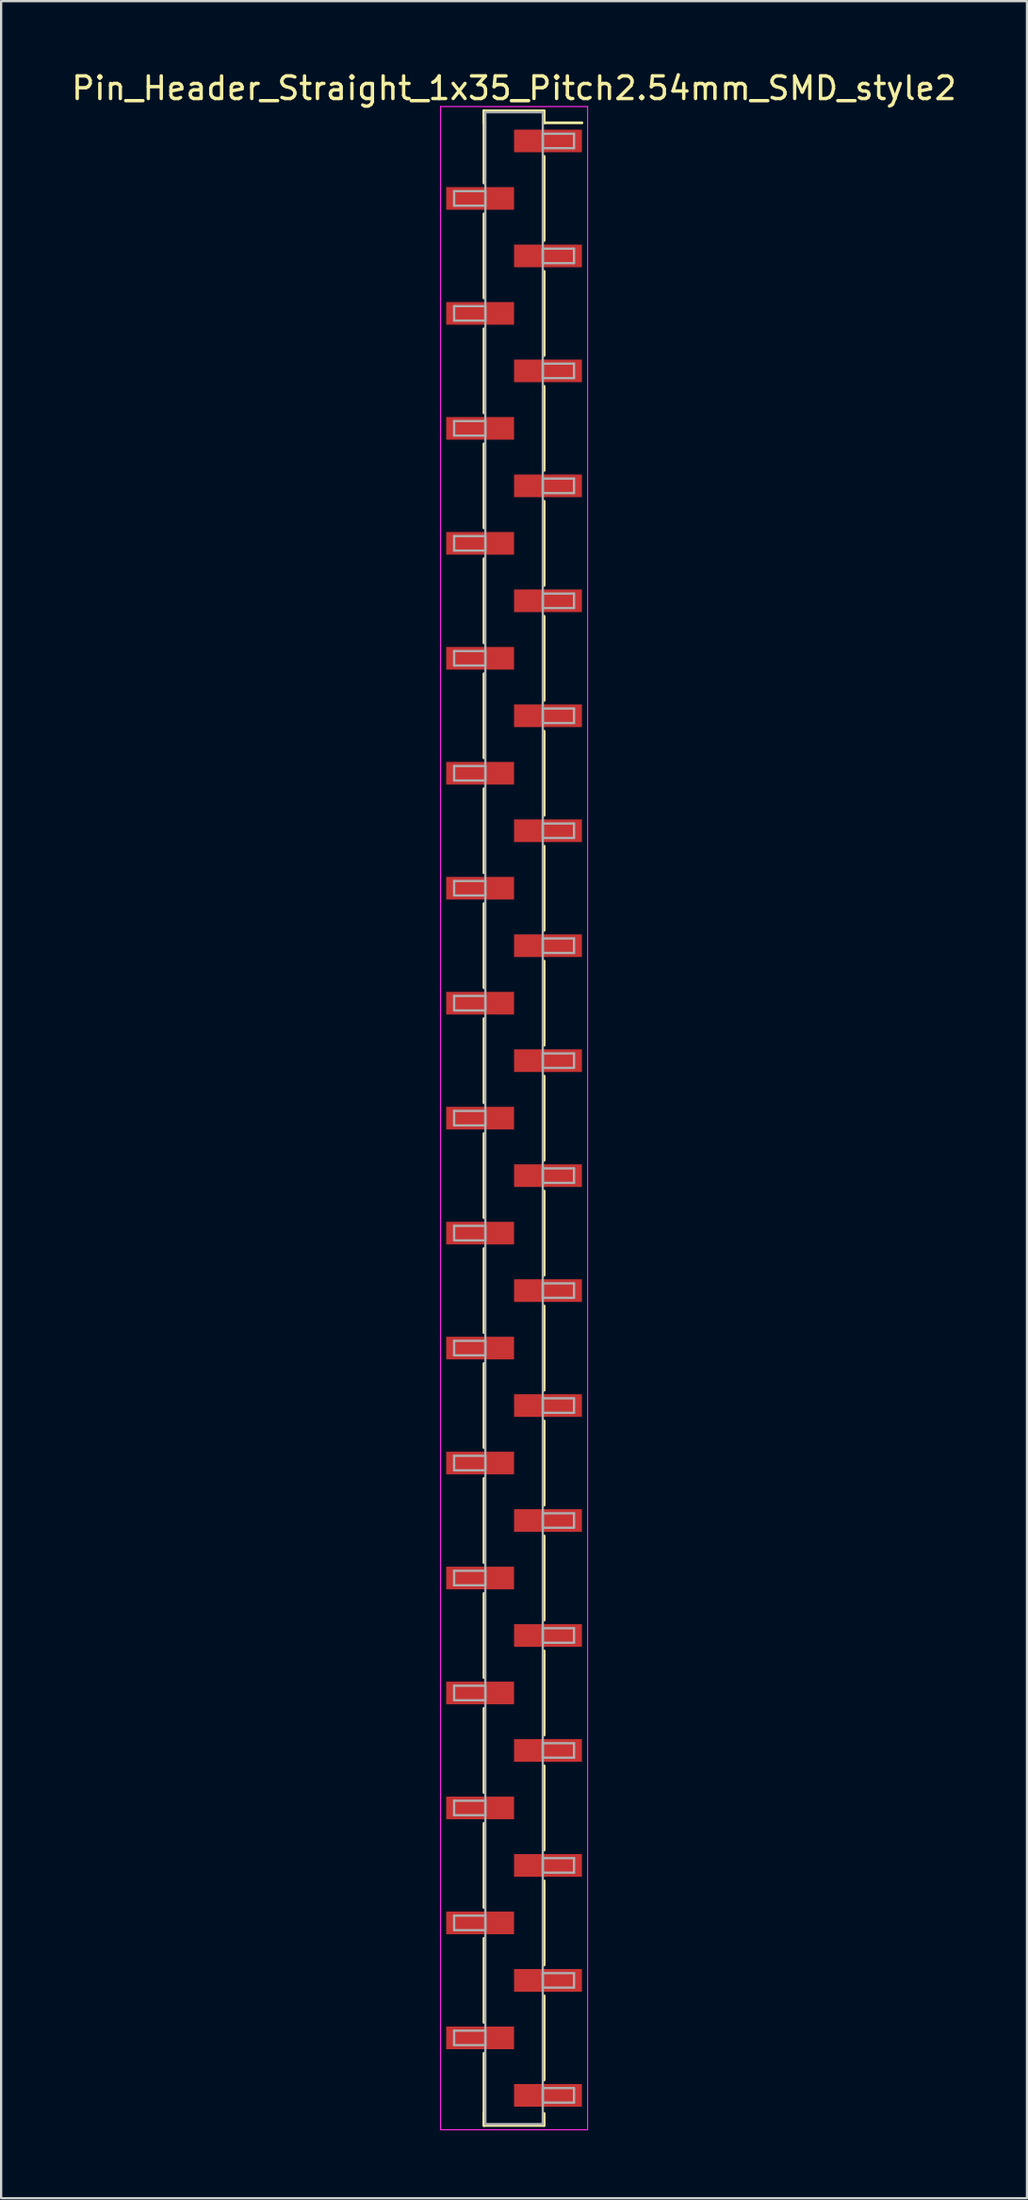
<source format=kicad_pcb>
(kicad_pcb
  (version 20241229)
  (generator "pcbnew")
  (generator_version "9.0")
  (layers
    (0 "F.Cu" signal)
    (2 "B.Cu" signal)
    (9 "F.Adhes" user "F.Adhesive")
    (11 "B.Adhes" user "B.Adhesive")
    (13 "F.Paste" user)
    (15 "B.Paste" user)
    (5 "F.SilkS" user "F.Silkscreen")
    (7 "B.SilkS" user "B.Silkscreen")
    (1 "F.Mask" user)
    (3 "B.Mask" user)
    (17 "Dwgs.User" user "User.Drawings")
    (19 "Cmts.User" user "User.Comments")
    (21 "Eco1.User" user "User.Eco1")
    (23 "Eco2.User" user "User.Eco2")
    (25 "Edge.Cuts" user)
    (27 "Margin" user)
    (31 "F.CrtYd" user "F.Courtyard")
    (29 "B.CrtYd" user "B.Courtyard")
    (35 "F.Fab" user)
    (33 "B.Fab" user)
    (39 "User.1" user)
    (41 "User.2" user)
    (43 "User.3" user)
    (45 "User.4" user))
  (footprint "Pin_Header_Straight_1x35_Pitch2.54mm_SMD_style2"
    (layer "F.Cu")
    (at 19.673 46.358)
    (property "Reference" "Pin_Header_Straight_1x35_Pitch2.54mm_SMD_style2" (at 0 -45.51 0) (layer "F.SilkS") (effects (font (size 1 1) (thickness 0.15))))
    (attr smd)
    (fp_line (start -1.33 -44.51) (end -1.33 -41.32) (stroke (width 0.12) (type solid)) (layer "F.SilkS"))
    (fp_line (start -1.33 -44.51) (end 1.33 -44.51) (stroke (width 0.12) (type solid)) (layer "F.SilkS"))
    (fp_line (start -1.33 -43.98) (end -1.33 -44.51) (stroke (width 0.12) (type solid)) (layer "F.SilkS"))
    (fp_line (start -1.33 -39.96) (end -1.33 -36.24) (stroke (width 0.12) (type solid)) (layer "F.SilkS"))
    (fp_line (start -1.33 -34.88) (end -1.33 -31.16) (stroke (width 0.12) (type solid)) (layer "F.SilkS"))
    (fp_line (start -1.33 -29.8) (end -1.33 -26.08) (stroke (width 0.12) (type solid)) (layer "F.SilkS"))
    (fp_line (start -1.33 -24.72) (end -1.33 -21) (stroke (width 0.12) (type solid)) (layer "F.SilkS"))
    (fp_line (start -1.33 -19.64) (end -1.33 -15.92) (stroke (width 0.12) (type solid)) (layer "F.SilkS"))
    (fp_line (start -1.33 -14.56) (end -1.33 -10.84) (stroke (width 0.12) (type solid)) (layer "F.SilkS"))
    (fp_line (start -1.33 -9.48) (end -1.33 -5.76) (stroke (width 0.12) (type solid)) (layer "F.SilkS"))
    (fp_line (start -1.33 -4.4) (end -1.33 -0.68) (stroke (width 0.12) (type solid)) (layer "F.SilkS"))
    (fp_line (start -1.33 0.68) (end -1.33 4.4) (stroke (width 0.12) (type solid)) (layer "F.SilkS"))
    (fp_line (start -1.33 5.76) (end -1.33 9.48) (stroke (width 0.12) (type solid)) (layer "F.SilkS"))
    (fp_line (start -1.33 10.84) (end -1.33 14.56) (stroke (width 0.12) (type solid)) (layer "F.SilkS"))
    (fp_line (start -1.33 15.92) (end -1.33 19.64) (stroke (width 0.12) (type solid)) (layer "F.SilkS"))
    (fp_line (start -1.33 21) (end -1.33 24.72) (stroke (width 0.12) (type solid)) (layer "F.SilkS"))
    (fp_line (start -1.33 26.08) (end -1.33 29.8) (stroke (width 0.12) (type solid)) (layer "F.SilkS"))
    (fp_line (start -1.33 31.16) (end -1.33 34.88) (stroke (width 0.12) (type solid)) (layer "F.SilkS"))
    (fp_line (start -1.33 36.24) (end -1.33 39.96) (stroke (width 0.12) (type solid)) (layer "F.SilkS"))
    (fp_line (start -1.33 41.32) (end -1.33 44.51) (stroke (width 0.12) (type solid)) (layer "F.SilkS"))
    (fp_line (start -1.33 43.98) (end -1.33 44.51) (stroke (width 0.12) (type solid)) (layer "F.SilkS"))
    (fp_line (start -1.33 44.51) (end 1.33 44.51) (stroke (width 0.12) (type solid)) (layer "F.SilkS"))
    (fp_line (start 1.33 -44.51) (end 1.33 -43.98) (stroke (width 0.12) (type solid)) (layer "F.SilkS"))
    (fp_line (start 1.33 -43.98) (end 3 -43.98) (stroke (width 0.12) (type solid)) (layer "F.SilkS"))
    (fp_line (start 1.33 -42.5) (end 1.33 -38.78) (stroke (width 0.12) (type solid)) (layer "F.SilkS"))
    (fp_line (start 1.33 -37.42) (end 1.33 -33.7) (stroke (width 0.12) (type solid)) (layer "F.SilkS"))
    (fp_line (start 1.33 -32.34) (end 1.33 -28.62) (stroke (width 0.12) (type solid)) (layer "F.SilkS"))
    (fp_line (start 1.33 -27.26) (end 1.33 -23.54) (stroke (width 0.12) (type solid)) (layer "F.SilkS"))
    (fp_line (start 1.33 -22.18) (end 1.33 -18.46) (stroke (width 0.12) (type solid)) (layer "F.SilkS"))
    (fp_line (start 1.33 -17.1) (end 1.33 -13.38) (stroke (width 0.12) (type solid)) (layer "F.SilkS"))
    (fp_line (start 1.33 -12.02) (end 1.33 -8.3) (stroke (width 0.12) (type solid)) (layer "F.SilkS"))
    (fp_line (start 1.33 -6.94) (end 1.33 -3.22) (stroke (width 0.12) (type solid)) (layer "F.SilkS"))
    (fp_line (start 1.33 -1.86) (end 1.33 1.86) (stroke (width 0.12) (type solid)) (layer "F.SilkS"))
    (fp_line (start 1.33 3.22) (end 1.33 6.94) (stroke (width 0.12) (type solid)) (layer "F.SilkS"))
    (fp_line (start 1.33 8.3) (end 1.33 12.02) (stroke (width 0.12) (type solid)) (layer "F.SilkS"))
    (fp_line (start 1.33 13.38) (end 1.33 17.1) (stroke (width 0.12) (type solid)) (layer "F.SilkS"))
    (fp_line (start 1.33 18.46) (end 1.33 22.18) (stroke (width 0.12) (type solid)) (layer "F.SilkS"))
    (fp_line (start 1.33 23.54) (end 1.33 27.26) (stroke (width 0.12) (type solid)) (layer "F.SilkS"))
    (fp_line (start 1.33 28.62) (end 1.33 32.34) (stroke (width 0.12) (type solid)) (layer "F.SilkS"))
    (fp_line (start 1.33 33.7) (end 1.33 37.42) (stroke (width 0.12) (type solid)) (layer "F.SilkS"))
    (fp_line (start 1.33 38.78) (end 1.33 42.5) (stroke (width 0.12) (type solid)) (layer "F.SilkS"))
    (fp_line (start 1.33 44.51) (end 1.33 43.98) (stroke (width 0.12) (type solid)) (layer "F.SilkS"))
    (fp_line (start -3.25 -44.7) (end -3.25 44.7) (stroke (width 0.05) (type solid)) (layer "F.CrtYd"))
    (fp_line (start -3.25 44.7) (end 3.25 44.7) (stroke (width 0.05) (type solid)) (layer "F.CrtYd"))
    (fp_line (start 3.25 -44.7) (end -3.25 -44.7) (stroke (width 0.05) (type solid)) (layer "F.CrtYd"))
    (fp_line (start 3.25 44.7) (end 3.25 -44.7) (stroke (width 0.05) (type solid)) (layer "F.CrtYd"))
    (fp_line (start -2.65 -40.96) (end -1.27 -40.96) (stroke (width 0.1) (type solid)) (layer "F.Fab"))
    (fp_line (start -2.65 -40.32) (end -2.65 -40.96) (stroke (width 0.1) (type solid)) (layer "F.Fab"))
    (fp_line (start -2.65 -35.88) (end -1.27 -35.88) (stroke (width 0.1) (type solid)) (layer "F.Fab"))
    (fp_line (start -2.65 -35.24) (end -2.65 -35.88) (stroke (width 0.1) (type solid)) (layer "F.Fab"))
    (fp_line (start -2.65 -30.8) (end -1.27 -30.8) (stroke (width 0.1) (type solid)) (layer "F.Fab"))
    (fp_line (start -2.65 -30.16) (end -2.65 -30.8) (stroke (width 0.1) (type solid)) (layer "F.Fab"))
    (fp_line (start -2.65 -25.72) (end -1.27 -25.72) (stroke (width 0.1) (type solid)) (layer "F.Fab"))
    (fp_line (start -2.65 -25.08) (end -2.65 -25.72) (stroke (width 0.1) (type solid)) (layer "F.Fab"))
    (fp_line (start -2.65 -20.64) (end -1.27 -20.64) (stroke (width 0.1) (type solid)) (layer "F.Fab"))
    (fp_line (start -2.65 -20) (end -2.65 -20.64) (stroke (width 0.1) (type solid)) (layer "F.Fab"))
    (fp_line (start -2.65 -15.56) (end -1.27 -15.56) (stroke (width 0.1) (type solid)) (layer "F.Fab"))
    (fp_line (start -2.65 -14.92) (end -2.65 -15.56) (stroke (width 0.1) (type solid)) (layer "F.Fab"))
    (fp_line (start -2.65 -10.48) (end -1.27 -10.48) (stroke (width 0.1) (type solid)) (layer "F.Fab"))
    (fp_line (start -2.65 -9.84) (end -2.65 -10.48) (stroke (width 0.1) (type solid)) (layer "F.Fab"))
    (fp_line (start -2.65 -5.4) (end -1.27 -5.4) (stroke (width 0.1) (type solid)) (layer "F.Fab"))
    (fp_line (start -2.65 -4.76) (end -2.65 -5.4) (stroke (width 0.1) (type solid)) (layer "F.Fab"))
    (fp_line (start -2.65 -0.32) (end -1.27 -0.32) (stroke (width 0.1) (type solid)) (layer "F.Fab"))
    (fp_line (start -2.65 0.32) (end -2.65 -0.32) (stroke (width 0.1) (type solid)) (layer "F.Fab"))
    (fp_line (start -2.65 4.76) (end -1.27 4.76) (stroke (width 0.1) (type solid)) (layer "F.Fab"))
    (fp_line (start -2.65 5.4) (end -2.65 4.76) (stroke (width 0.1) (type solid)) (layer "F.Fab"))
    (fp_line (start -2.65 9.84) (end -1.27 9.84) (stroke (width 0.1) (type solid)) (layer "F.Fab"))
    (fp_line (start -2.65 10.48) (end -2.65 9.84) (stroke (width 0.1) (type solid)) (layer "F.Fab"))
    (fp_line (start -2.65 14.92) (end -1.27 14.92) (stroke (width 0.1) (type solid)) (layer "F.Fab"))
    (fp_line (start -2.65 15.56) (end -2.65 14.92) (stroke (width 0.1) (type solid)) (layer "F.Fab"))
    (fp_line (start -2.65 20) (end -1.27 20) (stroke (width 0.1) (type solid)) (layer "F.Fab"))
    (fp_line (start -2.65 20.64) (end -2.65 20) (stroke (width 0.1) (type solid)) (layer "F.Fab"))
    (fp_line (start -2.65 25.08) (end -1.27 25.08) (stroke (width 0.1) (type solid)) (layer "F.Fab"))
    (fp_line (start -2.65 25.72) (end -2.65 25.08) (stroke (width 0.1) (type solid)) (layer "F.Fab"))
    (fp_line (start -2.65 30.16) (end -1.27 30.16) (stroke (width 0.1) (type solid)) (layer "F.Fab"))
    (fp_line (start -2.65 30.8) (end -2.65 30.16) (stroke (width 0.1) (type solid)) (layer "F.Fab"))
    (fp_line (start -2.65 35.24) (end -1.27 35.24) (stroke (width 0.1) (type solid)) (layer "F.Fab"))
    (fp_line (start -2.65 35.88) (end -2.65 35.24) (stroke (width 0.1) (type solid)) (layer "F.Fab"))
    (fp_line (start -2.65 40.32) (end -1.27 40.32) (stroke (width 0.1) (type solid)) (layer "F.Fab"))
    (fp_line (start -2.65 40.96) (end -2.65 40.32) (stroke (width 0.1) (type solid)) (layer "F.Fab"))
    (fp_line (start -1.27 -44.45) (end -1.27 44.45) (stroke (width 0.1) (type solid)) (layer "F.Fab"))
    (fp_line (start -1.27 -40.96) (end -1.27 -40.32) (stroke (width 0.1) (type solid)) (layer "F.Fab"))
    (fp_line (start -1.27 -40.32) (end -2.65 -40.32) (stroke (width 0.1) (type solid)) (layer "F.Fab"))
    (fp_line (start -1.27 -35.88) (end -1.27 -35.24) (stroke (width 0.1) (type solid)) (layer "F.Fab"))
    (fp_line (start -1.27 -35.24) (end -2.65 -35.24) (stroke (width 0.1) (type solid)) (layer "F.Fab"))
    (fp_line (start -1.27 -30.8) (end -1.27 -30.16) (stroke (width 0.1) (type solid)) (layer "F.Fab"))
    (fp_line (start -1.27 -30.16) (end -2.65 -30.16) (stroke (width 0.1) (type solid)) (layer "F.Fab"))
    (fp_line (start -1.27 -25.72) (end -1.27 -25.08) (stroke (width 0.1) (type solid)) (layer "F.Fab"))
    (fp_line (start -1.27 -25.08) (end -2.65 -25.08) (stroke (width 0.1) (type solid)) (layer "F.Fab"))
    (fp_line (start -1.27 -20.64) (end -1.27 -20) (stroke (width 0.1) (type solid)) (layer "F.Fab"))
    (fp_line (start -1.27 -20) (end -2.65 -20) (stroke (width 0.1) (type solid)) (layer "F.Fab"))
    (fp_line (start -1.27 -15.56) (end -1.27 -14.92) (stroke (width 0.1) (type solid)) (layer "F.Fab"))
    (fp_line (start -1.27 -14.92) (end -2.65 -14.92) (stroke (width 0.1) (type solid)) (layer "F.Fab"))
    (fp_line (start -1.27 -10.48) (end -1.27 -9.84) (stroke (width 0.1) (type solid)) (layer "F.Fab"))
    (fp_line (start -1.27 -9.84) (end -2.65 -9.84) (stroke (width 0.1) (type solid)) (layer "F.Fab"))
    (fp_line (start -1.27 -5.4) (end -1.27 -4.76) (stroke (width 0.1) (type solid)) (layer "F.Fab"))
    (fp_line (start -1.27 -4.76) (end -2.65 -4.76) (stroke (width 0.1) (type solid)) (layer "F.Fab"))
    (fp_line (start -1.27 -0.32) (end -1.27 0.32) (stroke (width 0.1) (type solid)) (layer "F.Fab"))
    (fp_line (start -1.27 0.32) (end -2.65 0.32) (stroke (width 0.1) (type solid)) (layer "F.Fab"))
    (fp_line (start -1.27 4.76) (end -1.27 5.4) (stroke (width 0.1) (type solid)) (layer "F.Fab"))
    (fp_line (start -1.27 5.4) (end -2.65 5.4) (stroke (width 0.1) (type solid)) (layer "F.Fab"))
    (fp_line (start -1.27 9.84) (end -1.27 10.48) (stroke (width 0.1) (type solid)) (layer "F.Fab"))
    (fp_line (start -1.27 10.48) (end -2.65 10.48) (stroke (width 0.1) (type solid)) (layer "F.Fab"))
    (fp_line (start -1.27 14.92) (end -1.27 15.56) (stroke (width 0.1) (type solid)) (layer "F.Fab"))
    (fp_line (start -1.27 15.56) (end -2.65 15.56) (stroke (width 0.1) (type solid)) (layer "F.Fab"))
    (fp_line (start -1.27 20) (end -1.27 20.64) (stroke (width 0.1) (type solid)) (layer "F.Fab"))
    (fp_line (start -1.27 20.64) (end -2.65 20.64) (stroke (width 0.1) (type solid)) (layer "F.Fab"))
    (fp_line (start -1.27 25.08) (end -1.27 25.72) (stroke (width 0.1) (type solid)) (layer "F.Fab"))
    (fp_line (start -1.27 25.72) (end -2.65 25.72) (stroke (width 0.1) (type solid)) (layer "F.Fab"))
    (fp_line (start -1.27 30.16) (end -1.27 30.8) (stroke (width 0.1) (type solid)) (layer "F.Fab"))
    (fp_line (start -1.27 30.8) (end -2.65 30.8) (stroke (width 0.1) (type solid)) (layer "F.Fab"))
    (fp_line (start -1.27 35.24) (end -1.27 35.88) (stroke (width 0.1) (type solid)) (layer "F.Fab"))
    (fp_line (start -1.27 35.88) (end -2.65 35.88) (stroke (width 0.1) (type solid)) (layer "F.Fab"))
    (fp_line (start -1.27 40.32) (end -1.27 40.96) (stroke (width 0.1) (type solid)) (layer "F.Fab"))
    (fp_line (start -1.27 40.96) (end -2.65 40.96) (stroke (width 0.1) (type solid)) (layer "F.Fab"))
    (fp_line (start -1.27 44.45) (end 1.27 44.45) (stroke (width 0.1) (type solid)) (layer "F.Fab"))
    (fp_line (start 1.27 -44.45) (end -1.27 -44.45) (stroke (width 0.1) (type solid)) (layer "F.Fab"))
    (fp_line (start 1.27 -43.5) (end 1.27 -42.86) (stroke (width 0.1) (type solid)) (layer "F.Fab"))
    (fp_line (start 1.27 -42.86) (end 2.65 -42.86) (stroke (width 0.1) (type solid)) (layer "F.Fab"))
    (fp_line (start 1.27 -38.42) (end 1.27 -37.78) (stroke (width 0.1) (type solid)) (layer "F.Fab"))
    (fp_line (start 1.27 -37.78) (end 2.65 -37.78) (stroke (width 0.1) (type solid)) (layer "F.Fab"))
    (fp_line (start 1.27 -33.34) (end 1.27 -32.7) (stroke (width 0.1) (type solid)) (layer "F.Fab"))
    (fp_line (start 1.27 -32.7) (end 2.65 -32.7) (stroke (width 0.1) (type solid)) (layer "F.Fab"))
    (fp_line (start 1.27 -28.26) (end 1.27 -27.62) (stroke (width 0.1) (type solid)) (layer "F.Fab"))
    (fp_line (start 1.27 -27.62) (end 2.65 -27.62) (stroke (width 0.1) (type solid)) (layer "F.Fab"))
    (fp_line (start 1.27 -23.18) (end 1.27 -22.54) (stroke (width 0.1) (type solid)) (layer "F.Fab"))
    (fp_line (start 1.27 -22.54) (end 2.65 -22.54) (stroke (width 0.1) (type solid)) (layer "F.Fab"))
    (fp_line (start 1.27 -18.1) (end 1.27 -17.46) (stroke (width 0.1) (type solid)) (layer "F.Fab"))
    (fp_line (start 1.27 -17.46) (end 2.65 -17.46) (stroke (width 0.1) (type solid)) (layer "F.Fab"))
    (fp_line (start 1.27 -13.02) (end 1.27 -12.38) (stroke (width 0.1) (type solid)) (layer "F.Fab"))
    (fp_line (start 1.27 -12.38) (end 2.65 -12.38) (stroke (width 0.1) (type solid)) (layer "F.Fab"))
    (fp_line (start 1.27 -7.94) (end 1.27 -7.3) (stroke (width 0.1) (type solid)) (layer "F.Fab"))
    (fp_line (start 1.27 -7.3) (end 2.65 -7.3) (stroke (width 0.1) (type solid)) (layer "F.Fab"))
    (fp_line (start 1.27 -2.86) (end 1.27 -2.22) (stroke (width 0.1) (type solid)) (layer "F.Fab"))
    (fp_line (start 1.27 -2.22) (end 2.65 -2.22) (stroke (width 0.1) (type solid)) (layer "F.Fab"))
    (fp_line (start 1.27 2.22) (end 1.27 2.86) (stroke (width 0.1) (type solid)) (layer "F.Fab"))
    (fp_line (start 1.27 2.86) (end 2.65 2.86) (stroke (width 0.1) (type solid)) (layer "F.Fab"))
    (fp_line (start 1.27 7.3) (end 1.27 7.94) (stroke (width 0.1) (type solid)) (layer "F.Fab"))
    (fp_line (start 1.27 7.94) (end 2.65 7.94) (stroke (width 0.1) (type solid)) (layer "F.Fab"))
    (fp_line (start 1.27 12.38) (end 1.27 13.02) (stroke (width 0.1) (type solid)) (layer "F.Fab"))
    (fp_line (start 1.27 13.02) (end 2.65 13.02) (stroke (width 0.1) (type solid)) (layer "F.Fab"))
    (fp_line (start 1.27 17.46) (end 1.27 18.1) (stroke (width 0.1) (type solid)) (layer "F.Fab"))
    (fp_line (start 1.27 18.1) (end 2.65 18.1) (stroke (width 0.1) (type solid)) (layer "F.Fab"))
    (fp_line (start 1.27 22.54) (end 1.27 23.18) (stroke (width 0.1) (type solid)) (layer "F.Fab"))
    (fp_line (start 1.27 23.18) (end 2.65 23.18) (stroke (width 0.1) (type solid)) (layer "F.Fab"))
    (fp_line (start 1.27 27.62) (end 1.27 28.26) (stroke (width 0.1) (type solid)) (layer "F.Fab"))
    (fp_line (start 1.27 28.26) (end 2.65 28.26) (stroke (width 0.1) (type solid)) (layer "F.Fab"))
    (fp_line (start 1.27 32.7) (end 1.27 33.34) (stroke (width 0.1) (type solid)) (layer "F.Fab"))
    (fp_line (start 1.27 33.34) (end 2.65 33.34) (stroke (width 0.1) (type solid)) (layer "F.Fab"))
    (fp_line (start 1.27 37.78) (end 1.27 38.42) (stroke (width 0.1) (type solid)) (layer "F.Fab"))
    (fp_line (start 1.27 38.42) (end 2.65 38.42) (stroke (width 0.1) (type solid)) (layer "F.Fab"))
    (fp_line (start 1.27 42.86) (end 1.27 43.5) (stroke (width 0.1) (type solid)) (layer "F.Fab"))
    (fp_line (start 1.27 43.5) (end 2.65 43.5) (stroke (width 0.1) (type solid)) (layer "F.Fab"))
    (fp_line (start 1.27 44.45) (end 1.27 -44.45) (stroke (width 0.1) (type solid)) (layer "F.Fab"))
    (fp_line (start 2.65 -43.5) (end 1.27 -43.5) (stroke (width 0.1) (type solid)) (layer "F.Fab"))
    (fp_line (start 2.65 -42.86) (end 2.65 -43.5) (stroke (width 0.1) (type solid)) (layer "F.Fab"))
    (fp_line (start 2.65 -38.42) (end 1.27 -38.42) (stroke (width 0.1) (type solid)) (layer "F.Fab"))
    (fp_line (start 2.65 -37.78) (end 2.65 -38.42) (stroke (width 0.1) (type solid)) (layer "F.Fab"))
    (fp_line (start 2.65 -33.34) (end 1.27 -33.34) (stroke (width 0.1) (type solid)) (layer "F.Fab"))
    (fp_line (start 2.65 -32.7) (end 2.65 -33.34) (stroke (width 0.1) (type solid)) (layer "F.Fab"))
    (fp_line (start 2.65 -28.26) (end 1.27 -28.26) (stroke (width 0.1) (type solid)) (layer "F.Fab"))
    (fp_line (start 2.65 -27.62) (end 2.65 -28.26) (stroke (width 0.1) (type solid)) (layer "F.Fab"))
    (fp_line (start 2.65 -23.18) (end 1.27 -23.18) (stroke (width 0.1) (type solid)) (layer "F.Fab"))
    (fp_line (start 2.65 -22.54) (end 2.65 -23.18) (stroke (width 0.1) (type solid)) (layer "F.Fab"))
    (fp_line (start 2.65 -18.1) (end 1.27 -18.1) (stroke (width 0.1) (type solid)) (layer "F.Fab"))
    (fp_line (start 2.65 -17.46) (end 2.65 -18.1) (stroke (width 0.1) (type solid)) (layer "F.Fab"))
    (fp_line (start 2.65 -13.02) (end 1.27 -13.02) (stroke (width 0.1) (type solid)) (layer "F.Fab"))
    (fp_line (start 2.65 -12.38) (end 2.65 -13.02) (stroke (width 0.1) (type solid)) (layer "F.Fab"))
    (fp_line (start 2.65 -7.94) (end 1.27 -7.94) (stroke (width 0.1) (type solid)) (layer "F.Fab"))
    (fp_line (start 2.65 -7.3) (end 2.65 -7.94) (stroke (width 0.1) (type solid)) (layer "F.Fab"))
    (fp_line (start 2.65 -2.86) (end 1.27 -2.86) (stroke (width 0.1) (type solid)) (layer "F.Fab"))
    (fp_line (start 2.65 -2.22) (end 2.65 -2.86) (stroke (width 0.1) (type solid)) (layer "F.Fab"))
    (fp_line (start 2.65 2.22) (end 1.27 2.22) (stroke (width 0.1) (type solid)) (layer "F.Fab"))
    (fp_line (start 2.65 2.86) (end 2.65 2.22) (stroke (width 0.1) (type solid)) (layer "F.Fab"))
    (fp_line (start 2.65 7.3) (end 1.27 7.3) (stroke (width 0.1) (type solid)) (layer "F.Fab"))
    (fp_line (start 2.65 7.94) (end 2.65 7.3) (stroke (width 0.1) (type solid)) (layer "F.Fab"))
    (fp_line (start 2.65 12.38) (end 1.27 12.38) (stroke (width 0.1) (type solid)) (layer "F.Fab"))
    (fp_line (start 2.65 13.02) (end 2.65 12.38) (stroke (width 0.1) (type solid)) (layer "F.Fab"))
    (fp_line (start 2.65 17.46) (end 1.27 17.46) (stroke (width 0.1) (type solid)) (layer "F.Fab"))
    (fp_line (start 2.65 18.1) (end 2.65 17.46) (stroke (width 0.1) (type solid)) (layer "F.Fab"))
    (fp_line (start 2.65 22.54) (end 1.27 22.54) (stroke (width 0.1) (type solid)) (layer "F.Fab"))
    (fp_line (start 2.65 23.18) (end 2.65 22.54) (stroke (width 0.1) (type solid)) (layer "F.Fab"))
    (fp_line (start 2.65 27.62) (end 1.27 27.62) (stroke (width 0.1) (type solid)) (layer "F.Fab"))
    (fp_line (start 2.65 28.26) (end 2.65 27.62) (stroke (width 0.1) (type solid)) (layer "F.Fab"))
    (fp_line (start 2.65 32.7) (end 1.27 32.7) (stroke (width 0.1) (type solid)) (layer "F.Fab"))
    (fp_line (start 2.65 33.34) (end 2.65 32.7) (stroke (width 0.1) (type solid)) (layer "F.Fab"))
    (fp_line (start 2.65 37.78) (end 1.27 37.78) (stroke (width 0.1) (type solid)) (layer "F.Fab"))
    (fp_line (start 2.65 38.42) (end 2.65 37.78) (stroke (width 0.1) (type solid)) (layer "F.Fab"))
    (fp_line (start 2.65 42.86) (end 1.27 42.86) (stroke (width 0.1) (type solid)) (layer "F.Fab"))
    (fp_line (start 2.65 43.5) (end 2.65 42.86) (stroke (width 0.1) (type solid)) (layer "F.Fab"))
    (pad "1" smd rect (at 1.5 -43.18) (size 3 1) (layers "F.Cu" "F.Mask"))
    (pad "2" smd rect (at -1.5 -40.64) (size 3 1) (layers "F.Cu" "F.Mask"))
    (pad "3" smd rect (at 1.5 -38.1) (size 3 1) (layers "F.Cu" "F.Mask"))
    (pad "4" smd rect (at -1.5 -35.56) (size 3 1) (layers "F.Cu" "F.Mask"))
    (pad "5" smd rect (at 1.5 -33.02) (size 3 1) (layers "F.Cu" "F.Mask"))
    (pad "6" smd rect (at -1.5 -30.48) (size 3 1) (layers "F.Cu" "F.Mask"))
    (pad "7" smd rect (at 1.5 -27.94) (size 3 1) (layers "F.Cu" "F.Mask"))
    (pad "8" smd rect (at -1.5 -25.4) (size 3 1) (layers "F.Cu" "F.Mask"))
    (pad "9" smd rect (at 1.5 -22.86) (size 3 1) (layers "F.Cu" "F.Mask"))
    (pad "10" smd rect (at -1.5 -20.32) (size 3 1) (layers "F.Cu" "F.Mask"))
    (pad "11" smd rect (at 1.5 -17.78) (size 3 1) (layers "F.Cu" "F.Mask"))
    (pad "12" smd rect (at -1.5 -15.24) (size 3 1) (layers "F.Cu" "F.Mask"))
    (pad "13" smd rect (at 1.5 -12.7) (size 3 1) (layers "F.Cu" "F.Mask"))
    (pad "14" smd rect (at -1.5 -10.16) (size 3 1) (layers "F.Cu" "F.Mask"))
    (pad "15" smd rect (at 1.5 -7.62) (size 3 1) (layers "F.Cu" "F.Mask"))
    (pad "16" smd rect (at -1.5 -5.08) (size 3 1) (layers "F.Cu" "F.Mask"))
    (pad "17" smd rect (at 1.5 -2.54) (size 3 1) (layers "F.Cu" "F.Mask"))
    (pad "18" smd rect (at -1.5 0) (size 3 1) (layers "F.Cu" "F.Mask"))
    (pad "19" smd rect (at 1.5 2.54) (size 3 1) (layers "F.Cu" "F.Mask"))
    (pad "20" smd rect (at -1.5 5.08) (size 3 1) (layers "F.Cu" "F.Mask"))
    (pad "21" smd rect (at 1.5 7.62) (size 3 1) (layers "F.Cu" "F.Mask"))
    (pad "22" smd rect (at -1.5 10.16) (size 3 1) (layers "F.Cu" "F.Mask"))
    (pad "23" smd rect (at 1.5 12.7) (size 3 1) (layers "F.Cu" "F.Mask"))
    (pad "24" smd rect (at -1.5 15.24) (size 3 1) (layers "F.Cu" "F.Mask"))
    (pad "25" smd rect (at 1.5 17.78) (size 3 1) (layers "F.Cu" "F.Mask"))
    (pad "26" smd rect (at -1.5 20.32) (size 3 1) (layers "F.Cu" "F.Mask"))
    (pad "27" smd rect (at 1.5 22.86) (size 3 1) (layers "F.Cu" "F.Mask"))
    (pad "28" smd rect (at -1.5 25.4) (size 3 1) (layers "F.Cu" "F.Mask"))
    (pad "29" smd rect (at 1.5 27.94) (size 3 1) (layers "F.Cu" "F.Mask"))
    (pad "30" smd rect (at -1.5 30.48) (size 3 1) (layers "F.Cu" "F.Mask"))
    (pad "31" smd rect (at 1.5 33.02) (size 3 1) (layers "F.Cu" "F.Mask"))
    (pad "32" smd rect (at -1.5 35.56) (size 3 1) (layers "F.Cu" "F.Mask"))
    (pad "33" smd rect (at 1.5 38.1) (size 3 1) (layers "F.Cu" "F.Mask"))
    (pad "34" smd rect (at -1.5 40.64) (size 3 1) (layers "F.Cu" "F.Mask"))
    (pad "35" smd rect (at 1.5 43.18) (size 3 1) (layers "F.Cu" "F.Mask")))
  (gr_rect
    (start -3 -3)
    (end 42.345 94.083)
    (stroke (width 0.1) (type default))
    (fill no)
    (layer "Edge.Cuts")))
</source>
